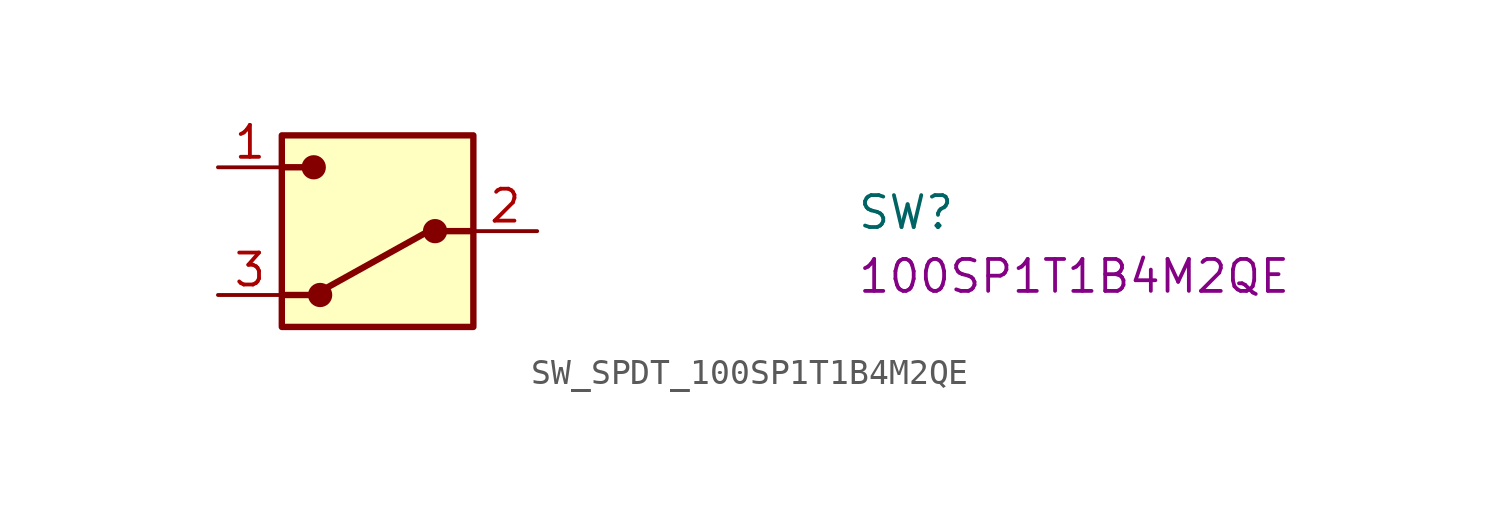
<source format=kicad_sym>
(kicad_symbol_lib
  (version 20220914)
  (generator kicad_symbol_editor)
  (symbol "SW_SPDT_100SP1T1B4M2QE"
    (pin_names hide)
    (property "Reference" "SW"
      (at 25.4 -2.54 0)
      (effects (font (size 1.27 1.27) (thickness 0.15)) (justify left bottom)))
    (property "MPN" "100SP1T1B4M2QE"
      (at 25.4 -5.08 0)
      (effects (font (size 1.27 1.27) (thickness 0.15)) (justify left bottom)))
    (symbol "SW_SPDT_100SP1T1B4M2QE_1_1"
      (polyline (pts (xy 2.54 -5.08) (xy 3.81 -5.08)) (stroke (width 0.254) (type default)) (fill (type none)))
      (polyline (pts (xy 2.54 0) (xy 3.81 0)) (stroke (width 0.254) (type default)) (fill (type none)))
      (polyline (pts (xy 8.382 -2.54) (xy 3.81 -5.08)) (stroke (width 0.254) (type default)) (fill (type none)))
      (polyline (pts (xy 8.89 -2.54) (xy 10.16 -2.54)) (stroke (width 0.254) (type default)) (fill (type none)))
      (rectangle (start 2.54 -6.35) (end 10.16 1.27) (stroke (width 0.254) (type default)) (fill (type background)))
      (circle (center 3.81 0) (radius 0.356) (stroke (width 0.254) (type default)) (fill (type outline)))
      (circle (center 4.064 -5.08) (radius 0.356) (stroke (width 0.254) (type default)) (fill (type outline)))
      (circle (center 8.636 -2.54) (radius 0.356) (stroke (width 0.254) (type default)) (fill (type outline)))
      (pin passive line (at 0 0 0) (length 2.54) (name "~" (effects (font (size 1.27 1.27)))) (number "1" (effects (font (size 1.27 1.27)))))
      (pin passive line (at 12.7 -2.54 180) (length 2.54) (name "~" (effects (font (size 1.27 1.27)))) (number "2" (effects (font (size 1.27 1.27)))))
      (pin passive line (at 0 -5.08 0) (length 2.54) (name "~" (effects (font (size 1.27 1.27)))) (number "3" (effects (font (size 1.27 1.27))))))))
</source>
